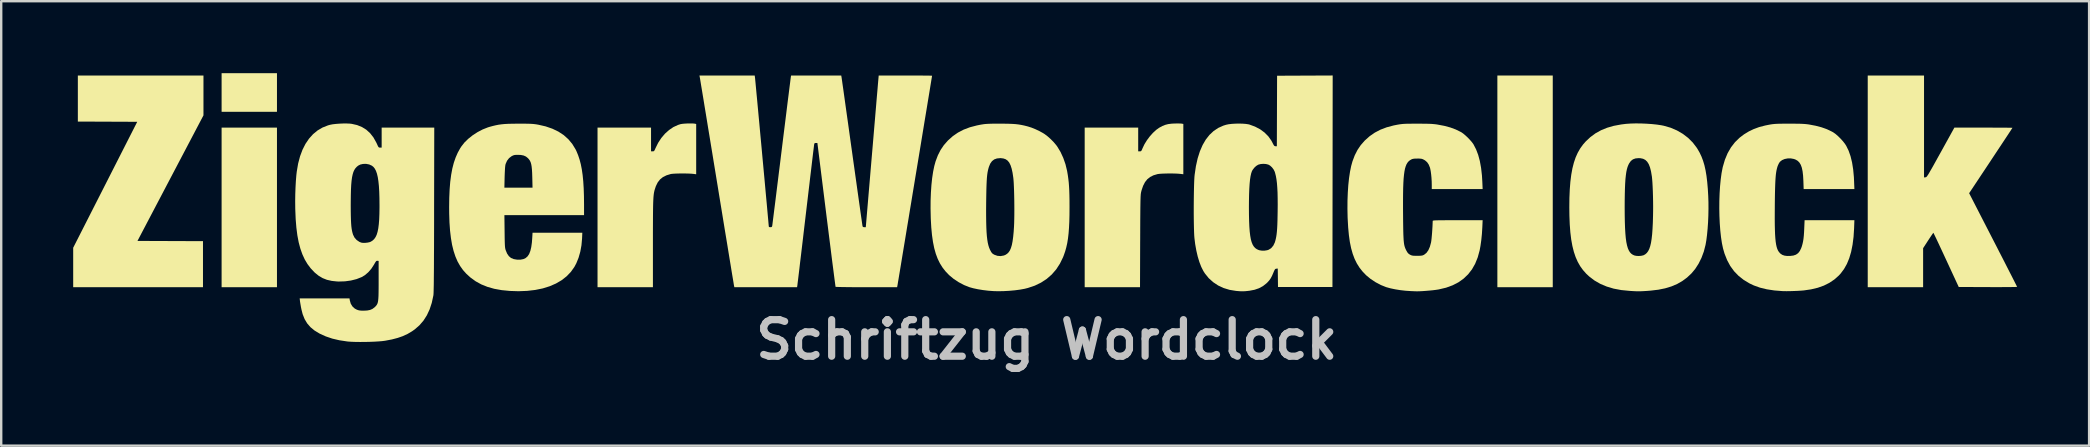
<source format=kicad_pcb>
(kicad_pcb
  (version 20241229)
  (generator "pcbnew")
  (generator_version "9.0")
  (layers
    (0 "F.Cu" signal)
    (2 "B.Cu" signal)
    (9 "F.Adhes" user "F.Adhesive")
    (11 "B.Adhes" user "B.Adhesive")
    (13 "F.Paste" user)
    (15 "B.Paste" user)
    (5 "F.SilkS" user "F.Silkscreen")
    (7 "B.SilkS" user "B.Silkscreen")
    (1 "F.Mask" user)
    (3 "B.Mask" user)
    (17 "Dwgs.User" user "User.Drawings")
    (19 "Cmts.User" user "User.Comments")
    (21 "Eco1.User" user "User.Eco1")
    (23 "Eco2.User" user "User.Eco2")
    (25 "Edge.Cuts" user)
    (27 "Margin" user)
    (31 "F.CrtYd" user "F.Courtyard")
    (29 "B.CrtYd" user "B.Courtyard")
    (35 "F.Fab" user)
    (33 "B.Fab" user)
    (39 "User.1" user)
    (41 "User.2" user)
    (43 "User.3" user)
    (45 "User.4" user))
  (footprint "Schriftzug Wordclock"
    (layer "F.Cu")
    (at 40.756 5.39)
    (property "Reference" "Schriftzug Wordclock" (at -0.186 5.715 0) (layer "Dwgs.User") (effects (font (size 1.524 1.524) (thickness 0.3))))
    (attr board_only exclude_from_pos_files exclude_from_bom)
    (fp_poly (pts (xy -32.264 -3.781) (xy -34.571 -3.781) (xy -34.571 -5.39) (xy -32.264 -5.39)) (stroke (width 0) (type solid)) (fill yes) (layer "F.SilkS"))
    (fp_poly (pts (xy -32.264 3.529) (xy -34.571 3.529) (xy -34.571 -3.122) (xy -32.264 -3.122)) (stroke (width 0) (type solid)) (fill yes) (layer "F.SilkS"))
    (fp_poly (pts (xy 20.902 3.529) (xy 18.594 3.529) (xy 18.594 -5.293) (xy 20.902 -5.293)) (stroke (width 0) (type solid)) (fill yes) (layer "F.SilkS"))
    (fp_poly (pts (xy -35.327 -3.633) (xy -36.702 -1.017) (xy -38.077 1.6) (xy -36.712 1.605) (xy -35.347 1.61) (xy -35.347 3.529) (xy -40.756 3.529) (xy -40.756 1.884) (xy -38.087 -3.364) (xy -39.325 -3.369) (xy -40.562 -3.374) (xy -40.562 -5.293) (xy -35.327 -5.293)) (stroke (width 0) (type solid)) (fill yes) (layer "F.SilkS"))
    (fp_poly (pts (xy -14.976 -3.296) (xy -14.893 -3.292) (xy -14.838 -3.284) (xy -14.794 -3.272) (xy -14.794 -1.178) (xy -14.925 -1.195) (xy -15.004 -1.202) (xy -15.109 -1.207) (xy -15.23 -1.21) (xy -15.36 -1.211) (xy -15.491 -1.21) (xy -15.614 -1.207) (xy -15.722 -1.202) (xy -15.806 -1.195) (xy -15.853 -1.188) (xy -16.031 -1.134) (xy -16.18 -1.06) (xy -16.301 -0.962) (xy -16.398 -0.837) (xy -16.474 -0.683) (xy -16.529 -0.514) (xy -16.54 -0.468) (xy -16.55 -0.42) (xy -16.559 -0.367) (xy -16.566 -0.308) (xy -16.573 -0.238) (xy -16.578 -0.156) (xy -16.583 -0.06) (xy -16.587 0.054) (xy -16.59 0.188) (xy -16.592 0.344) (xy -16.594 0.524) (xy -16.595 0.732) (xy -16.596 0.97) (xy -16.597 1.241) (xy -16.597 1.546) (xy -16.597 1.73) (xy -16.597 3.529) (xy -18.905 3.529) (xy -18.905 -3.122) (xy -16.675 -3.122) (xy -16.675 -2.133) (xy -16.61 -2.133) (xy -16.575 -2.135) (xy -16.551 -2.147) (xy -16.53 -2.176) (xy -16.504 -2.23) (xy -16.49 -2.264) (xy -16.38 -2.487) (xy -16.247 -2.69) (xy -16.094 -2.87) (xy -15.925 -3.022) (xy -15.743 -3.145) (xy -15.552 -3.233) (xy -15.444 -3.267) (xy -15.379 -3.278) (xy -15.289 -3.287) (xy -15.185 -3.293) (xy -15.077 -3.296)) (stroke (width 0) (type solid)) (fill yes) (layer "F.SilkS"))
    (fp_poly (pts (xy 5.391 -3.292) (xy 5.438 -3.288) (xy 5.438 -3.288) (xy 5.507 -3.275) (xy 5.507 -1.179) (xy 5.366 -1.195) (xy 5.274 -1.203) (xy 5.158 -1.208) (xy 5.028 -1.211) (xy 4.891 -1.211) (xy 4.757 -1.208) (xy 4.633 -1.204) (xy 4.528 -1.197) (xy 4.45 -1.188) (xy 4.43 -1.184) (xy 4.264 -1.135) (xy 4.123 -1.065) (xy 4.006 -0.971) (xy 3.91 -0.85) (xy 3.832 -0.7) (xy 3.769 -0.517) (xy 3.748 -0.436) (xy 3.743 -0.411) (xy 3.738 -0.38) (xy 3.733 -0.343) (xy 3.73 -0.295) (xy 3.726 -0.236) (xy 3.724 -0.162) (xy 3.721 -0.072) (xy 3.719 0.038) (xy 3.717 0.169) (xy 3.715 0.324) (xy 3.714 0.506) (xy 3.712 0.716) (xy 3.711 0.957) (xy 3.71 1.232) (xy 3.709 1.543) (xy 3.708 1.614) (xy 3.702 3.529) (xy 1.396 3.529) (xy 1.396 -3.122) (xy 3.626 -3.122) (xy 3.626 -2.133) (xy 3.691 -2.133) (xy 3.724 -2.135) (xy 3.748 -2.146) (xy 3.769 -2.174) (xy 3.793 -2.227) (xy 3.811 -2.27) (xy 3.888 -2.431) (xy 3.99 -2.596) (xy 4.108 -2.754) (xy 4.238 -2.9) (xy 4.371 -3.024) (xy 4.503 -3.118) (xy 4.505 -3.119) (xy 4.632 -3.188) (xy 4.75 -3.236) (xy 4.874 -3.268) (xy 5.014 -3.286) (xy 5.123 -3.292) (xy 5.224 -3.294) (xy 5.317 -3.294)) (stroke (width 0) (type solid)) (fill yes) (layer "F.SilkS"))
    (fp_poly (pts (xy 36.374 -1.045) (xy 36.435 -1.051) (xy 36.448 -1.053) (xy 36.461 -1.059) (xy 36.476 -1.07) (xy 36.495 -1.09) (xy 36.517 -1.122) (xy 36.547 -1.166) (xy 36.584 -1.227) (xy 36.63 -1.307) (xy 36.688 -1.407) (xy 36.758 -1.531) (xy 36.842 -1.682) (xy 36.941 -1.861) (xy 37.058 -2.071) (xy 37.068 -2.089) (xy 37.639 -3.122) (xy 38.849 -3.122) (xy 39.061 -3.122) (xy 39.262 -3.121) (xy 39.448 -3.121) (xy 39.615 -3.12) (xy 39.76 -3.119) (xy 39.88 -3.118) (xy 39.972 -3.117) (xy 40.032 -3.115) (xy 40.058 -3.114) (xy 40.058 -3.113) (xy 40.048 -3.096) (xy 40.017 -3.05) (xy 39.969 -2.975) (xy 39.903 -2.875) (xy 39.823 -2.753) (xy 39.728 -2.61) (xy 39.622 -2.449) (xy 39.505 -2.273) (xy 39.379 -2.083) (xy 39.246 -1.882) (xy 39.156 -1.746) (xy 38.254 -0.388) (xy 39.253 1.555) (xy 39.385 1.811) (xy 39.511 2.058) (xy 39.632 2.292) (xy 39.745 2.513) (xy 39.849 2.718) (xy 39.944 2.904) (xy 40.029 3.069) (xy 40.101 3.212) (xy 40.161 3.33) (xy 40.207 3.42) (xy 40.237 3.481) (xy 40.251 3.511) (xy 40.252 3.514) (xy 40.233 3.516) (xy 40.179 3.519) (xy 40.092 3.521) (xy 39.977 3.522) (xy 39.836 3.524) (xy 39.672 3.524) (xy 39.49 3.525) (xy 39.291 3.525) (xy 39.08 3.524) (xy 39.036 3.524) (xy 37.82 3.519) (xy 37.297 2.39) (xy 37.206 2.194) (xy 37.12 2.009) (xy 37.04 1.838) (xy 36.968 1.683) (xy 36.904 1.548) (xy 36.85 1.435) (xy 36.808 1.348) (xy 36.779 1.29) (xy 36.765 1.263) (xy 36.763 1.261) (xy 36.75 1.277) (xy 36.719 1.32) (xy 36.674 1.386) (xy 36.618 1.47) (xy 36.554 1.567) (xy 36.544 1.582) (xy 36.336 1.903) (xy 36.336 3.529) (xy 34.028 3.529) (xy 34.028 -5.293) (xy 36.374 -5.293)) (stroke (width 0) (type solid)) (fill yes) (layer "F.SilkS"))
    (fp_poly (pts (xy -22.018 -3.286) (xy -21.877 -3.285) (xy -21.763 -3.283) (xy -21.67 -3.279) (xy -21.591 -3.274) (xy -21.52 -3.266) (xy -21.452 -3.257) (xy -21.38 -3.244) (xy -21.377 -3.244) (xy -21.067 -3.173) (xy -20.786 -3.076) (xy -20.535 -2.955) (xy -20.313 -2.809) (xy -20.121 -2.637) (xy -19.957 -2.44) (xy -19.821 -2.217) (xy -19.785 -2.144) (xy -19.715 -1.974) (xy -19.654 -1.793) (xy -19.602 -1.596) (xy -19.56 -1.381) (xy -19.526 -1.145) (xy -19.5 -0.883) (xy -19.482 -0.593) (xy -19.471 -0.272) (xy -19.467 0.083) (xy -19.467 0.131) (xy -19.467 0.524) (xy -22.786 0.524) (xy -22.778 1.197) (xy -22.776 1.379) (xy -22.774 1.527) (xy -22.771 1.645) (xy -22.768 1.738) (xy -22.764 1.81) (xy -22.759 1.866) (xy -22.752 1.911) (xy -22.744 1.948) (xy -22.733 1.982) (xy -22.731 1.989) (xy -22.673 2.129) (xy -22.6 2.235) (xy -22.511 2.31) (xy -22.399 2.357) (xy -22.262 2.38) (xy -22.249 2.38) (xy -22.113 2.38) (xy -21.997 2.358) (xy -21.9 2.313) (xy -21.82 2.243) (xy -21.755 2.145) (xy -21.705 2.017) (xy -21.667 1.858) (xy -21.64 1.664) (xy -21.626 1.478) (xy -21.613 1.26) (xy -19.539 1.26) (xy -19.55 1.508) (xy -19.575 1.784) (xy -19.624 2.051) (xy -19.696 2.303) (xy -19.789 2.532) (xy -19.869 2.682) (xy -20.016 2.89) (xy -20.194 3.075) (xy -20.401 3.237) (xy -20.637 3.375) (xy -20.9 3.489) (xy -21.188 3.579) (xy -21.502 3.643) (xy -21.84 3.682) (xy -22.201 3.696) (xy -22.559 3.684) (xy -22.899 3.651) (xy -23.209 3.595) (xy -23.492 3.515) (xy -23.75 3.411) (xy -23.986 3.281) (xy -24.202 3.124) (xy -24.373 2.968) (xy -24.51 2.815) (xy -24.631 2.645) (xy -24.737 2.458) (xy -24.827 2.25) (xy -24.903 2.02) (xy -24.966 1.765) (xy -25.014 1.483) (xy -25.051 1.172) (xy -25.075 0.83) (xy -25.087 0.454) (xy -25.089 0.194) (xy -25.084 -0.193) (xy -25.069 -0.544) (xy -25.063 -0.62) (xy -22.787 -0.62) (xy -21.614 -0.62) (xy -21.624 -1.052) (xy -21.63 -1.235) (xy -21.639 -1.385) (xy -21.652 -1.506) (xy -21.67 -1.604) (xy -21.694 -1.683) (xy -21.726 -1.749) (xy -21.767 -1.806) (xy -21.806 -1.85) (xy -21.888 -1.916) (xy -21.983 -1.959) (xy -22.1 -1.982) (xy -22.21 -1.987) (xy -22.298 -1.986) (xy -22.359 -1.981) (xy -22.408 -1.968) (xy -22.457 -1.946) (xy -22.492 -1.927) (xy -22.593 -1.849) (xy -22.676 -1.741) (xy -22.733 -1.612) (xy -22.744 -1.573) (xy -22.751 -1.527) (xy -22.759 -1.45) (xy -22.765 -1.348) (xy -22.771 -1.228) (xy -22.776 -1.099) (xy -22.777 -1.052) (xy -22.787 -0.62) (xy -25.063 -0.62) (xy -25.043 -0.864) (xy -25.005 -1.154) (xy -24.956 -1.418) (xy -24.894 -1.658) (xy -24.818 -1.877) (xy -24.73 -2.078) (xy -24.627 -2.264) (xy -24.58 -2.336) (xy -24.452 -2.5) (xy -24.291 -2.657) (xy -24.106 -2.804) (xy -23.904 -2.935) (xy -23.691 -3.046) (xy -23.474 -3.132) (xy -23.413 -3.151) (xy -23.277 -3.188) (xy -23.153 -3.218) (xy -23.032 -3.242) (xy -22.908 -3.259) (xy -22.774 -3.272) (xy -22.623 -3.28) (xy -22.449 -3.284) (xy -22.245 -3.286) (xy -22.191 -3.286)) (stroke (width 0) (type solid)) (fill yes) (layer "F.SilkS"))
    (fp_poly (pts (xy 11.726 -0.887) (xy 11.721 3.519) (xy 9.452 3.519) (xy 9.447 3.135) (xy 9.442 2.751) (xy 9.383 2.757) (xy 9.353 2.763) (xy 9.33 2.779) (xy 9.309 2.812) (xy 9.282 2.869) (xy 9.262 2.918) (xy 9.206 3.049) (xy 9.152 3.152) (xy 9.092 3.239) (xy 9.021 3.319) (xy 8.973 3.366) (xy 8.826 3.482) (xy 8.662 3.571) (xy 8.477 3.635) (xy 8.264 3.676) (xy 8.202 3.683) (xy 8.095 3.694) (xy 8.007 3.699) (xy 7.924 3.699) (xy 7.832 3.694) (xy 7.717 3.684) (xy 7.702 3.683) (xy 7.435 3.639) (xy 7.185 3.563) (xy 6.956 3.456) (xy 6.749 3.318) (xy 6.565 3.152) (xy 6.407 2.957) (xy 6.342 2.855) (xy 6.256 2.685) (xy 6.177 2.483) (xy 6.107 2.252) (xy 6.048 1.999) (xy 6 1.728) (xy 5.969 1.474) (xy 5.961 1.372) (xy 5.955 1.238) (xy 5.95 1.077) (xy 5.946 0.893) (xy 5.943 0.691) (xy 5.941 0.478) (xy 5.941 0.257) (xy 5.941 0.194) (xy 8.24 0.194) (xy 8.242 0.5) (xy 8.248 0.769) (xy 8.258 1.004) (xy 8.273 1.208) (xy 8.294 1.382) (xy 8.32 1.53) (xy 8.354 1.652) (xy 8.395 1.753) (xy 8.444 1.833) (xy 8.501 1.896) (xy 8.567 1.943) (xy 8.643 1.978) (xy 8.681 1.99) (xy 8.781 2.006) (xy 8.893 2.005) (xy 8.999 1.989) (xy 9.068 1.965) (xy 9.173 1.895) (xy 9.257 1.795) (xy 9.32 1.663) (xy 9.339 1.6) (xy 9.361 1.513) (xy 9.379 1.422) (xy 9.394 1.324) (xy 9.406 1.213) (xy 9.416 1.085) (xy 9.424 0.935) (xy 9.43 0.759) (xy 9.434 0.552) (xy 9.437 0.393) (xy 9.44 0.088) (xy 9.438 -0.182) (xy 9.433 -0.419) (xy 9.422 -0.627) (xy 9.408 -0.809) (xy 9.388 -0.968) (xy 9.363 -1.107) (xy 9.332 -1.229) (xy 9.316 -1.283) (xy 9.27 -1.376) (xy 9.202 -1.466) (xy 9.122 -1.539) (xy 9.05 -1.58) (xy 8.952 -1.605) (xy 8.838 -1.613) (xy 8.725 -1.603) (xy 8.629 -1.577) (xy 8.625 -1.575) (xy 8.54 -1.522) (xy 8.458 -1.444) (xy 8.391 -1.354) (xy 8.365 -1.304) (xy 8.334 -1.213) (xy 8.308 -1.097) (xy 8.286 -0.953) (xy 8.269 -0.781) (xy 8.256 -0.577) (xy 8.247 -0.34) (xy 8.242 -0.068) (xy 8.24 0.194) (xy 5.941 0.194) (xy 5.942 0.034) (xy 5.944 -0.186) (xy 5.947 -0.397) (xy 5.951 -0.596) (xy 5.956 -0.776) (xy 5.962 -0.932) (xy 5.969 -1.06) (xy 5.978 -1.154) (xy 6.031 -1.514) (xy 6.104 -1.841) (xy 6.197 -2.134) (xy 6.31 -2.395) (xy 6.442 -2.622) (xy 6.595 -2.817) (xy 6.768 -2.979) (xy 6.96 -3.108) (xy 7.173 -3.204) (xy 7.291 -3.241) (xy 7.398 -3.263) (xy 7.53 -3.278) (xy 7.677 -3.287) (xy 7.83 -3.29) (xy 7.979 -3.286) (xy 8.113 -3.276) (xy 8.223 -3.259) (xy 8.26 -3.25) (xy 8.494 -3.164) (xy 8.706 -3.053) (xy 8.891 -2.917) (xy 9.049 -2.758) (xy 9.175 -2.58) (xy 9.215 -2.506) (xy 9.253 -2.43) (xy 9.282 -2.383) (xy 9.305 -2.357) (xy 9.33 -2.347) (xy 9.349 -2.346) (xy 9.404 -2.346) (xy 9.409 -3.815) (xy 9.414 -5.284) (xy 10.572 -5.289) (xy 11.731 -5.294)) (stroke (width 0) (type solid)) (fill yes) (layer "F.SilkS"))
    (fp_poly (pts (xy 24.577 -3.295) (xy 24.806 -3.285) (xy 25.031 -3.27) (xy 25.241 -3.248) (xy 25.427 -3.22) (xy 25.526 -3.2) (xy 25.809 -3.119) (xy 26.074 -3.006) (xy 26.319 -2.864) (xy 26.541 -2.695) (xy 26.737 -2.5) (xy 26.903 -2.282) (xy 26.929 -2.241) (xy 27.02 -2.084) (xy 27.098 -1.92) (xy 27.165 -1.744) (xy 27.222 -1.554) (xy 27.269 -1.345) (xy 27.308 -1.113) (xy 27.339 -0.854) (xy 27.364 -0.565) (xy 27.381 -0.276) (xy 27.39 -0.012) (xy 27.391 0.265) (xy 27.386 0.547) (xy 27.374 0.826) (xy 27.355 1.095) (xy 27.331 1.347) (xy 27.302 1.575) (xy 27.269 1.764) (xy 27.198 2.041) (xy 27.1 2.305) (xy 26.978 2.55) (xy 26.836 2.77) (xy 26.682 2.954) (xy 26.498 3.126) (xy 26.299 3.273) (xy 26.083 3.396) (xy 25.847 3.496) (xy 25.587 3.575) (xy 25.301 3.633) (xy 24.984 3.671) (xy 24.818 3.684) (xy 24.699 3.691) (xy 24.606 3.696) (xy 24.53 3.699) (xy 24.461 3.699) (xy 24.39 3.698) (xy 24.305 3.694) (xy 24.199 3.688) (xy 24.106 3.682) (xy 23.759 3.648) (xy 23.44 3.588) (xy 23.149 3.501) (xy 22.882 3.388) (xy 22.639 3.248) (xy 22.419 3.08) (xy 22.295 2.964) (xy 22.163 2.815) (xy 22.045 2.652) (xy 21.943 2.472) (xy 21.855 2.273) (xy 21.781 2.053) (xy 21.72 1.809) (xy 21.671 1.539) (xy 21.635 1.241) (xy 21.61 0.912) (xy 21.596 0.55) (xy 21.592 0.204) (xy 21.592 0.194) (xy 23.899 0.194) (xy 23.901 0.52) (xy 23.906 0.81) (xy 23.915 1.065) (xy 23.928 1.288) (xy 23.945 1.482) (xy 23.968 1.647) (xy 23.997 1.787) (xy 24.031 1.903) (xy 24.072 1.998) (xy 24.119 2.074) (xy 24.174 2.132) (xy 24.237 2.176) (xy 24.305 2.206) (xy 24.385 2.223) (xy 24.484 2.228) (xy 24.584 2.221) (xy 24.669 2.202) (xy 24.692 2.194) (xy 24.763 2.153) (xy 24.824 2.098) (xy 24.878 2.025) (xy 24.924 1.933) (xy 24.963 1.819) (xy 24.996 1.681) (xy 25.022 1.516) (xy 25.044 1.322) (xy 25.06 1.096) (xy 25.073 0.837) (xy 25.081 0.543) (xy 25.084 0.354) (xy 25.085 0.153) (xy 25.083 -0.054) (xy 25.079 -0.261) (xy 25.073 -0.462) (xy 25.065 -0.651) (xy 25.056 -0.821) (xy 25.045 -0.965) (xy 25.034 -1.078) (xy 25.031 -1.095) (xy 24.997 -1.299) (xy 24.954 -1.467) (xy 24.901 -1.601) (xy 24.836 -1.703) (xy 24.758 -1.777) (xy 24.665 -1.824) (xy 24.554 -1.847) (xy 24.479 -1.85) (xy 24.349 -1.838) (xy 24.243 -1.799) (xy 24.157 -1.732) (xy 24.086 -1.632) (xy 24.052 -1.565) (xy 24.019 -1.482) (xy 23.991 -1.384) (xy 23.967 -1.269) (xy 23.948 -1.133) (xy 23.931 -0.974) (xy 23.919 -0.789) (xy 23.91 -0.576) (xy 23.904 -0.331) (xy 23.9 -0.053) (xy 23.899 0.194) (xy 21.592 0.194) (xy 21.596 -0.187) (xy 21.611 -0.543) (xy 21.636 -0.865) (xy 21.673 -1.158) (xy 21.721 -1.423) (xy 21.782 -1.662) (xy 21.855 -1.878) (xy 21.943 -2.074) (xy 22.045 -2.252) (xy 22.161 -2.414) (xy 22.277 -2.546) (xy 22.472 -2.729) (xy 22.683 -2.884) (xy 22.914 -3.012) (xy 23.167 -3.116) (xy 23.446 -3.196) (xy 23.752 -3.253) (xy 23.953 -3.278) (xy 24.141 -3.291) (xy 24.352 -3.297)) (stroke (width 0) (type solid)) (fill yes) (layer "F.SilkS"))
    (fp_poly (pts (xy 30.948 -3.286) (xy 31.102 -3.284) (xy 31.228 -3.282) (xy 31.333 -3.277) (xy 31.422 -3.271) (xy 31.501 -3.263) (xy 31.576 -3.253) (xy 31.581 -3.252) (xy 31.861 -3.199) (xy 32.11 -3.133) (xy 32.332 -3.053) (xy 32.534 -2.956) (xy 32.59 -2.925) (xy 32.684 -2.859) (xy 32.788 -2.769) (xy 32.895 -2.664) (xy 32.996 -2.552) (xy 33.081 -2.443) (xy 33.134 -2.36) (xy 33.232 -2.158) (xy 33.312 -1.929) (xy 33.375 -1.671) (xy 33.421 -1.382) (xy 33.451 -1.061) (xy 33.459 -0.887) (xy 33.472 -0.562) (xy 31.358 -0.562) (xy 31.346 -0.906) (xy 31.334 -1.121) (xy 31.313 -1.301) (xy 31.282 -1.45) (xy 31.239 -1.569) (xy 31.183 -1.663) (xy 31.113 -1.735) (xy 31.027 -1.787) (xy 30.953 -1.815) (xy 30.823 -1.839) (xy 30.692 -1.838) (xy 30.567 -1.814) (xy 30.458 -1.768) (xy 30.374 -1.702) (xy 30.363 -1.69) (xy 30.326 -1.633) (xy 30.289 -1.556) (xy 30.265 -1.493) (xy 30.245 -1.421) (xy 30.227 -1.344) (xy 30.212 -1.258) (xy 30.199 -1.161) (xy 30.189 -1.048) (xy 30.18 -0.917) (xy 30.173 -0.763) (xy 30.167 -0.584) (xy 30.162 -0.376) (xy 30.158 -0.135) (xy 30.156 0.071) (xy 30.154 0.39) (xy 30.153 0.674) (xy 30.155 0.923) (xy 30.16 1.141) (xy 30.167 1.33) (xy 30.178 1.493) (xy 30.192 1.632) (xy 30.21 1.75) (xy 30.232 1.849) (xy 30.258 1.931) (xy 30.289 2) (xy 30.325 2.057) (xy 30.366 2.105) (xy 30.391 2.129) (xy 30.466 2.18) (xy 30.556 2.212) (xy 30.667 2.227) (xy 30.791 2.226) (xy 30.927 2.21) (xy 31.037 2.173) (xy 31.125 2.111) (xy 31.197 2.021) (xy 31.256 1.899) (xy 31.283 1.822) (xy 31.31 1.727) (xy 31.332 1.628) (xy 31.35 1.518) (xy 31.364 1.389) (xy 31.375 1.236) (xy 31.383 1.062) (xy 31.397 0.737) (xy 33.472 0.737) (xy 33.46 1.071) (xy 33.437 1.432) (xy 33.395 1.76) (xy 33.336 2.056) (xy 33.257 2.322) (xy 33.159 2.56) (xy 33.04 2.771) (xy 32.902 2.956) (xy 32.823 3.042) (xy 32.636 3.208) (xy 32.429 3.347) (xy 32.199 3.462) (xy 31.945 3.552) (xy 31.663 3.619) (xy 31.362 3.663) (xy 31.248 3.672) (xy 31.109 3.681) (xy 30.955 3.687) (xy 30.799 3.692) (xy 30.653 3.694) (xy 30.528 3.693) (xy 30.48 3.691) (xy 30.136 3.664) (xy 29.822 3.616) (xy 29.538 3.547) (xy 29.281 3.455) (xy 29.11 3.375) (xy 28.863 3.227) (xy 28.647 3.057) (xy 28.46 2.864) (xy 28.3 2.645) (xy 28.168 2.4) (xy 28.06 2.127) (xy 27.998 1.913) (xy 27.952 1.695) (xy 27.914 1.445) (xy 27.884 1.169) (xy 27.862 0.874) (xy 27.848 0.566) (xy 27.842 0.25) (xy 27.844 -0.066) (xy 27.855 -0.378) (xy 27.874 -0.678) (xy 27.901 -0.96) (xy 27.936 -1.22) (xy 27.98 -1.449) (xy 27.988 -1.484) (xy 28.076 -1.784) (xy 28.189 -2.055) (xy 28.329 -2.298) (xy 28.496 -2.514) (xy 28.69 -2.703) (xy 28.872 -2.841) (xy 29.074 -2.964) (xy 29.283 -3.064) (xy 29.505 -3.145) (xy 29.752 -3.209) (xy 29.914 -3.242) (xy 29.988 -3.255) (xy 30.057 -3.265) (xy 30.126 -3.272) (xy 30.201 -3.278) (xy 30.289 -3.282) (xy 30.395 -3.284) (xy 30.526 -3.286) (xy 30.687 -3.286) (xy 30.761 -3.286)) (stroke (width 0) (type solid)) (fill yes) (layer "F.SilkS"))
    (fp_poly (pts (xy -1.928 -3.285) (xy -1.755 -3.282) (xy -1.607 -3.276) (xy -1.477 -3.267) (xy -1.359 -3.253) (xy -1.246 -3.234) (xy -1.13 -3.21) (xy -1.006 -3.179) (xy -0.966 -3.168) (xy -0.818 -3.121) (xy -0.655 -3.055) (xy -0.491 -2.977) (xy -0.341 -2.895) (xy -0.269 -2.849) (xy -0.148 -2.757) (xy -0.02 -2.643) (xy 0.103 -2.518) (xy 0.209 -2.393) (xy 0.253 -2.333) (xy 0.388 -2.11) (xy 0.503 -1.861) (xy 0.596 -1.595) (xy 0.662 -1.321) (xy 0.669 -1.283) (xy 0.695 -1.129) (xy 0.715 -0.981) (xy 0.732 -0.831) (xy 0.744 -0.673) (xy 0.753 -0.503) (xy 0.759 -0.313) (xy 0.763 -0.097) (xy 0.764 0.15) (xy 0.764 0.194) (xy 0.762 0.516) (xy 0.755 0.804) (xy 0.742 1.061) (xy 0.724 1.292) (xy 0.7 1.501) (xy 0.669 1.691) (xy 0.63 1.866) (xy 0.584 2.031) (xy 0.529 2.19) (xy 0.494 2.281) (xy 0.364 2.547) (xy 0.208 2.787) (xy 0.024 2.999) (xy -0.186 3.182) (xy -0.423 3.337) (xy -0.684 3.464) (xy -0.97 3.56) (xy -1.105 3.594) (xy -1.296 3.629) (xy -1.514 3.658) (xy -1.748 3.679) (xy -1.986 3.692) (xy -2.216 3.696) (xy -2.395 3.691) (xy -2.618 3.675) (xy -2.842 3.648) (xy -3.057 3.613) (xy -3.253 3.571) (xy -3.413 3.526) (xy -3.635 3.437) (xy -3.857 3.319) (xy -4.067 3.18) (xy -4.251 3.027) (xy -4.255 3.023) (xy -4.399 2.873) (xy -4.525 2.713) (xy -4.635 2.538) (xy -4.729 2.347) (xy -4.808 2.136) (xy -4.874 1.902) (xy -4.926 1.643) (xy -4.967 1.356) (xy -4.997 1.037) (xy -5.017 0.683) (xy -5.019 0.618) (xy -5.026 0.287) (xy -2.712 0.287) (xy -2.711 0.571) (xy -2.708 0.822) (xy -2.702 1.043) (xy -2.693 1.235) (xy -2.68 1.403) (xy -2.663 1.548) (xy -2.643 1.673) (xy -2.618 1.781) (xy -2.589 1.875) (xy -2.555 1.957) (xy -2.545 1.977) (xy -2.505 2.052) (xy -2.472 2.101) (xy -2.435 2.136) (xy -2.386 2.166) (xy -2.368 2.176) (xy -2.241 2.221) (xy -2.106 2.232) (xy -1.973 2.208) (xy -1.906 2.181) (xy -1.835 2.135) (xy -1.773 2.074) (xy -1.72 1.995) (xy -1.676 1.893) (xy -1.639 1.768) (xy -1.609 1.614) (xy -1.584 1.431) (xy -1.563 1.214) (xy -1.549 1) (xy -1.543 0.862) (xy -1.539 0.697) (xy -1.536 0.513) (xy -1.535 0.316) (xy -1.536 0.111) (xy -1.538 -0.096) (xy -1.542 -0.298) (xy -1.547 -0.491) (xy -1.554 -0.667) (xy -1.561 -0.821) (xy -1.57 -0.948) (xy -1.578 -1.028) (xy -1.609 -1.238) (xy -1.647 -1.412) (xy -1.693 -1.553) (xy -1.748 -1.664) (xy -1.815 -1.746) (xy -1.895 -1.803) (xy -1.99 -1.836) (xy -2.101 -1.85) (xy -2.123 -1.85) (xy -2.261 -1.837) (xy -2.375 -1.796) (xy -2.467 -1.724) (xy -2.541 -1.62) (xy -2.597 -1.482) (xy -2.598 -1.478) (xy -2.62 -1.401) (xy -2.639 -1.322) (xy -2.655 -1.236) (xy -2.668 -1.139) (xy -2.679 -1.027) (xy -2.687 -0.898) (xy -2.694 -0.746) (xy -2.7 -0.569) (xy -2.704 -0.361) (xy -2.708 -0.12) (xy -2.709 -0.034) (xy -2.712 0.287) (xy -5.026 0.287) (xy -5.027 0.263) (xy -5.025 -0.083) (xy -5.012 -0.414) (xy -4.991 -0.728) (xy -4.96 -1.019) (xy -4.92 -1.284) (xy -4.872 -1.519) (xy -4.817 -1.717) (xy -4.722 -1.968) (xy -4.609 -2.19) (xy -4.473 -2.391) (xy -4.31 -2.577) (xy -4.296 -2.591) (xy -4.1 -2.766) (xy -3.886 -2.914) (xy -3.65 -3.037) (xy -3.389 -3.136) (xy -3.099 -3.212) (xy -2.957 -3.241) (xy -2.879 -3.254) (xy -2.808 -3.265) (xy -2.736 -3.273) (xy -2.659 -3.278) (xy -2.569 -3.282) (xy -2.46 -3.285) (xy -2.327 -3.286) (xy -2.161 -3.286) (xy -2.133 -3.286)) (stroke (width 0) (type solid)) (fill yes) (layer "F.SilkS"))
    (fp_poly (pts (xy 15.455 -3.285) (xy 15.609 -3.284) (xy 15.735 -3.281) (xy 15.84 -3.277) (xy 15.929 -3.27) (xy 16.008 -3.262) (xy 16.084 -3.252) (xy 16.093 -3.25) (xy 16.379 -3.196) (xy 16.633 -3.128) (xy 16.86 -3.044) (xy 17.065 -2.943) (xy 17.098 -2.925) (xy 17.176 -2.87) (xy 17.267 -2.793) (xy 17.364 -2.702) (xy 17.456 -2.605) (xy 17.537 -2.511) (xy 17.596 -2.429) (xy 17.602 -2.419) (xy 17.707 -2.215) (xy 17.794 -1.986) (xy 17.863 -1.73) (xy 17.915 -1.445) (xy 17.951 -1.129) (xy 17.967 -0.868) (xy 17.98 -0.562) (xy 15.86 -0.562) (xy 15.86 -0.732) (xy 15.857 -0.88) (xy 15.848 -1.032) (xy 15.834 -1.178) (xy 15.816 -1.308) (xy 15.795 -1.414) (xy 15.785 -1.454) (xy 15.733 -1.582) (xy 15.667 -1.68) (xy 15.58 -1.755) (xy 15.545 -1.776) (xy 15.493 -1.803) (xy 15.446 -1.82) (xy 15.393 -1.828) (xy 15.322 -1.832) (xy 15.259 -1.832) (xy 15.164 -1.831) (xy 15.097 -1.824) (xy 15.045 -1.812) (xy 14.999 -1.791) (xy 14.998 -1.79) (xy 14.941 -1.755) (xy 14.89 -1.711) (xy 14.846 -1.658) (xy 14.807 -1.592) (xy 14.774 -1.511) (xy 14.745 -1.414) (xy 14.722 -1.297) (xy 14.703 -1.159) (xy 14.687 -0.998) (xy 14.676 -0.811) (xy 14.668 -0.595) (xy 14.664 -0.35) (xy 14.662 -0.072) (xy 14.662 0.241) (xy 14.664 0.514) (xy 14.666 0.766) (xy 14.669 0.983) (xy 14.672 1.168) (xy 14.676 1.325) (xy 14.682 1.456) (xy 14.688 1.565) (xy 14.697 1.656) (xy 14.707 1.732) (xy 14.72 1.796) (xy 14.736 1.852) (xy 14.754 1.903) (xy 14.776 1.952) (xy 14.798 1.997) (xy 14.841 2.073) (xy 14.883 2.124) (xy 14.935 2.163) (xy 14.949 2.171) (xy 14.992 2.193) (xy 15.034 2.207) (xy 15.083 2.216) (xy 15.152 2.219) (xy 15.249 2.22) (xy 15.25 2.22) (xy 15.347 2.219) (xy 15.416 2.215) (xy 15.466 2.207) (xy 15.506 2.193) (xy 15.545 2.173) (xy 15.639 2.098) (xy 15.717 1.989) (xy 15.78 1.846) (xy 15.829 1.668) (xy 15.831 1.658) (xy 15.841 1.594) (xy 15.852 1.499) (xy 15.863 1.382) (xy 15.874 1.251) (xy 15.883 1.114) (xy 15.891 0.98) (xy 15.896 0.855) (xy 15.899 0.771) (xy 15.901 0.763) (xy 15.908 0.757) (xy 15.925 0.752) (xy 15.953 0.748) (xy 15.996 0.744) (xy 16.056 0.742) (xy 16.138 0.74) (xy 16.243 0.738) (xy 16.376 0.738) (xy 16.538 0.737) (xy 16.733 0.737) (xy 16.94 0.737) (xy 17.98 0.737) (xy 17.967 1.034) (xy 17.95 1.304) (xy 17.924 1.565) (xy 17.89 1.807) (xy 17.855 1.995) (xy 17.775 2.286) (xy 17.669 2.549) (xy 17.536 2.784) (xy 17.375 2.991) (xy 17.187 3.171) (xy 16.972 3.324) (xy 16.729 3.449) (xy 16.459 3.548) (xy 16.16 3.619) (xy 16.116 3.627) (xy 16.014 3.642) (xy 15.889 3.657) (xy 15.75 3.67) (xy 15.606 3.682) (xy 15.468 3.692) (xy 15.343 3.698) (xy 15.243 3.7) (xy 15.201 3.699) (xy 15.135 3.697) (xy 15.05 3.693) (xy 14.978 3.69) (xy 14.766 3.676) (xy 14.549 3.651) (xy 14.338 3.617) (xy 14.142 3.576) (xy 13.974 3.53) (xy 13.96 3.526) (xy 13.738 3.437) (xy 13.515 3.319) (xy 13.306 3.18) (xy 13.121 3.027) (xy 13.118 3.023) (xy 12.974 2.873) (xy 12.848 2.713) (xy 12.738 2.538) (xy 12.644 2.347) (xy 12.565 2.136) (xy 12.499 1.902) (xy 12.446 1.643) (xy 12.406 1.356) (xy 12.376 1.037) (xy 12.356 0.683) (xy 12.353 0.618) (xy 12.346 0.263) (xy 12.348 -0.083) (xy 12.361 -0.414) (xy 12.382 -0.728) (xy 12.413 -1.019) (xy 12.453 -1.284) (xy 12.501 -1.519) (xy 12.556 -1.717) (xy 12.651 -1.968) (xy 12.764 -2.19) (xy 12.9 -2.391) (xy 13.063 -2.577) (xy 13.077 -2.591) (xy 13.272 -2.765) (xy 13.486 -2.913) (xy 13.722 -3.036) (xy 13.982 -3.135) (xy 14.271 -3.212) (xy 14.416 -3.241) (xy 14.491 -3.254) (xy 14.56 -3.264) (xy 14.629 -3.272) (xy 14.703 -3.278) (xy 14.788 -3.282) (xy 14.891 -3.284) (xy 15.018 -3.285) (xy 15.174 -3.286) (xy 15.269 -3.286)) (stroke (width 0) (type solid)) (fill yes) (layer "F.SilkS"))
    (fp_poly (pts (xy -29.225 -3.288) (xy -29.149 -3.279) (xy -28.924 -3.228) (xy -28.722 -3.146) (xy -28.542 -3.035) (xy -28.384 -2.891) (xy -28.246 -2.716) (xy -28.128 -2.506) (xy -28.094 -2.435) (xy -28.062 -2.363) (xy -28.038 -2.319) (xy -28.016 -2.297) (xy -27.991 -2.289) (xy -27.966 -2.288) (xy -27.901 -2.288) (xy -27.901 -3.122) (xy -25.709 -3.122) (xy -25.716 0.305) (xy -25.716 0.756) (xy -25.717 1.169) (xy -25.718 1.546) (xy -25.719 1.889) (xy -25.721 2.199) (xy -25.722 2.477) (xy -25.723 2.726) (xy -25.725 2.945) (xy -25.727 3.138) (xy -25.728 3.305) (xy -25.73 3.447) (xy -25.733 3.567) (xy -25.735 3.666) (xy -25.737 3.744) (xy -25.74 3.805) (xy -25.743 3.848) (xy -25.747 3.876) (xy -25.747 3.877) (xy -25.813 4.181) (xy -25.903 4.455) (xy -26.018 4.701) (xy -26.158 4.92) (xy -26.325 5.114) (xy -26.519 5.284) (xy -26.638 5.368) (xy -26.821 5.476) (xy -27.017 5.567) (xy -27.233 5.642) (xy -27.473 5.705) (xy -27.745 5.757) (xy -27.775 5.762) (xy -27.897 5.777) (xy -28.049 5.789) (xy -28.224 5.799) (xy -28.414 5.806) (xy -28.61 5.81) (xy -28.803 5.811) (xy -28.988 5.809) (xy -29.154 5.803) (xy -29.294 5.794) (xy -29.338 5.789) (xy -29.662 5.74) (xy -29.957 5.671) (xy -30.229 5.579) (xy -30.483 5.464) (xy -30.495 5.457) (xy -30.698 5.334) (xy -30.866 5.196) (xy -31.003 5.039) (xy -31.111 4.859) (xy -31.193 4.654) (xy -31.243 4.459) (xy -31.264 4.356) (xy -31.282 4.253) (xy -31.297 4.164) (xy -31.304 4.115) (xy -31.318 3.994) (xy -29.242 3.994) (xy -29.229 4.075) (xy -29.189 4.215) (xy -29.12 4.329) (xy -29.023 4.418) (xy -28.944 4.461) (xy -28.884 4.484) (xy -28.823 4.498) (xy -28.749 4.505) (xy -28.657 4.507) (xy -28.508 4.5) (xy -28.387 4.477) (xy -28.288 4.435) (xy -28.202 4.372) (xy -28.18 4.352) (xy -28.145 4.316) (xy -28.116 4.281) (xy -28.093 4.244) (xy -28.073 4.2) (xy -28.058 4.147) (xy -28.047 4.08) (xy -28.039 3.995) (xy -28.033 3.89) (xy -28.03 3.759) (xy -28.028 3.6) (xy -28.027 3.409) (xy -28.027 3.238) (xy -28.027 2.433) (xy -28.078 2.428) (xy -28.103 2.428) (xy -28.125 2.44) (xy -28.151 2.47) (xy -28.184 2.523) (xy -28.223 2.592) (xy -28.333 2.761) (xy -28.461 2.908) (xy -28.602 3.028) (xy -28.737 3.108) (xy -28.947 3.191) (xy -29.181 3.25) (xy -29.43 3.284) (xy -29.685 3.292) (xy -29.753 3.29) (xy -29.98 3.266) (xy -30.18 3.221) (xy -30.36 3.15) (xy -30.525 3.053) (xy -30.683 2.925) (xy -30.706 2.903) (xy -30.857 2.743) (xy -30.99 2.567) (xy -31.106 2.373) (xy -31.205 2.158) (xy -31.289 1.921) (xy -31.359 1.658) (xy -31.414 1.368) (xy -31.455 1.048) (xy -31.484 0.697) (xy -31.5 0.311) (xy -31.502 0.242) (xy -31.503 0.116) (xy -29.19 0.116) (xy -29.189 0.35) (xy -29.186 0.55) (xy -29.181 0.719) (xy -29.174 0.863) (xy -29.165 0.985) (xy -29.152 1.09) (xy -29.136 1.182) (xy -29.116 1.265) (xy -29.093 1.34) (xy -29.034 1.459) (xy -28.944 1.561) (xy -28.831 1.638) (xy -28.754 1.67) (xy -28.685 1.681) (xy -28.593 1.681) (xy -28.496 1.671) (xy -28.408 1.653) (xy -28.354 1.632) (xy -28.278 1.584) (xy -28.212 1.522) (xy -28.156 1.442) (xy -28.109 1.344) (xy -28.072 1.223) (xy -28.042 1.077) (xy -28.02 0.904) (xy -28.004 0.702) (xy -27.995 0.466) (xy -27.991 0.196) (xy -27.991 0.116) (xy -27.994 -0.187) (xy -28.002 -0.454) (xy -28.016 -0.687) (xy -28.037 -0.888) (xy -28.063 -1.059) (xy -28.097 -1.202) (xy -28.138 -1.319) (xy -28.187 -1.412) (xy -28.244 -1.484) (xy -28.309 -1.536) (xy -28.31 -1.536) (xy -28.422 -1.587) (xy -28.548 -1.611) (xy -28.675 -1.609) (xy -28.793 -1.582) (xy -28.878 -1.538) (xy -28.94 -1.488) (xy -28.993 -1.43) (xy -29.039 -1.36) (xy -29.078 -1.276) (xy -29.109 -1.174) (xy -29.135 -1.053) (xy -29.155 -0.908) (xy -29.17 -0.738) (xy -29.18 -0.539) (xy -29.186 -0.308) (xy -29.189 -0.044) (xy -29.19 0.116) (xy -31.503 0.116) (xy -31.505 -0.05) (xy -31.501 -0.343) (xy -31.491 -0.628) (xy -31.476 -0.898) (xy -31.456 -1.143) (xy -31.438 -1.295) (xy -31.382 -1.624) (xy -31.302 -1.926) (xy -31.2 -2.2) (xy -31.075 -2.446) (xy -30.928 -2.662) (xy -30.761 -2.848) (xy -30.573 -3.003) (xy -30.366 -3.125) (xy -30.139 -3.215) (xy -30.053 -3.239) (xy -29.945 -3.26) (xy -29.81 -3.276) (xy -29.659 -3.287) (xy -29.503 -3.294) (xy -29.355 -3.294)) (stroke (width 0) (type solid)) (fill yes) (layer "F.SilkS"))
    (fp_poly (pts (xy -12.343 -5.201) (xy -12.339 -5.17) (xy -12.333 -5.104) (xy -12.323 -5.004) (xy -12.311 -4.874) (xy -12.296 -4.716) (xy -12.279 -4.532) (xy -12.259 -4.326) (xy -12.238 -4.099) (xy -12.215 -3.853) (xy -12.191 -3.593) (xy -12.165 -3.319) (xy -12.139 -3.035) (xy -12.112 -2.744) (xy -12.084 -2.446) (xy -12.056 -2.146) (xy -12.029 -1.846) (xy -12.001 -1.548) (xy -11.974 -1.254) (xy -11.947 -0.968) (xy -11.922 -0.692) (xy -11.898 -0.427) (xy -11.875 -0.178) (xy -11.853 0.054) (xy -11.834 0.267) (xy -11.817 0.457) (xy -11.802 0.622) (xy -11.789 0.76) (xy -11.78 0.867) (xy -11.773 0.943) (xy -11.77 0.983) (xy -11.769 0.989) (xy -11.761 1.016) (xy -11.73 1.027) (xy -11.703 1.028) (xy -11.656 1.023) (xy -11.634 1.002) (xy -11.626 0.974) (xy -11.622 0.949) (xy -11.614 0.888) (xy -11.602 0.792) (xy -11.586 0.665) (xy -11.566 0.507) (xy -11.543 0.321) (xy -11.516 0.109) (xy -11.486 -0.127) (xy -11.454 -0.385) (xy -11.42 -0.662) (xy -11.383 -0.957) (xy -11.345 -1.267) (xy -11.304 -1.591) (xy -11.263 -1.926) (xy -11.236 -2.143) (xy -11.194 -2.484) (xy -11.153 -2.814) (xy -11.113 -3.133) (xy -11.075 -3.437) (xy -11.039 -3.726) (xy -11.006 -3.995) (xy -10.975 -4.244) (xy -10.946 -4.471) (xy -10.921 -4.673) (xy -10.899 -4.848) (xy -10.88 -4.994) (xy -10.866 -5.109) (xy -10.855 -5.192) (xy -10.849 -5.239) (xy -10.847 -5.25) (xy -10.838 -5.293) (xy -8.749 -5.293) (xy -8.738 -5.23) (xy -8.734 -5.204) (xy -8.725 -5.142) (xy -8.711 -5.046) (xy -8.693 -4.917) (xy -8.67 -4.758) (xy -8.644 -4.572) (xy -8.614 -4.359) (xy -8.581 -4.123) (xy -8.545 -3.865) (xy -8.506 -3.588) (xy -8.464 -3.293) (xy -8.421 -2.983) (xy -8.376 -2.66) (xy -8.329 -2.325) (xy -8.299 -2.113) (xy -8.252 -1.773) (xy -8.205 -1.443) (xy -8.161 -1.126) (xy -8.118 -0.822) (xy -8.078 -0.535) (xy -8.04 -0.266) (xy -8.005 -0.017) (xy -7.973 0.208) (xy -7.945 0.41) (xy -7.92 0.584) (xy -7.899 0.73) (xy -7.883 0.845) (xy -7.871 0.927) (xy -7.864 0.973) (xy -7.862 0.984) (xy -7.845 1.016) (xy -7.808 1.027) (xy -7.789 1.028) (xy -7.726 1.028) (xy -7.477 -1.905) (xy -7.448 -2.243) (xy -7.42 -2.573) (xy -7.393 -2.892) (xy -7.367 -3.199) (xy -7.342 -3.49) (xy -7.319 -3.765) (xy -7.297 -4.02) (xy -7.278 -4.253) (xy -7.26 -4.462) (xy -7.244 -4.644) (xy -7.231 -4.797) (xy -7.221 -4.919) (xy -7.213 -5.007) (xy -7.209 -5.06) (xy -7.208 -5.065) (xy -7.188 -5.293) (xy -6.076 -5.293) (xy -5.872 -5.293) (xy -5.68 -5.293) (xy -5.504 -5.292) (xy -5.347 -5.291) (xy -5.212 -5.29) (xy -5.103 -5.289) (xy -5.023 -5.287) (xy -4.976 -5.285) (xy -4.964 -5.284) (xy -4.967 -5.264) (xy -4.976 -5.208) (xy -4.991 -5.118) (xy -5.011 -4.995) (xy -5.036 -4.843) (xy -5.065 -4.663) (xy -5.099 -4.457) (xy -5.137 -4.227) (xy -5.178 -3.975) (xy -5.223 -3.704) (xy -5.271 -3.416) (xy -5.321 -3.111) (xy -5.373 -2.794) (xy -5.427 -2.465) (xy -5.483 -2.126) (xy -5.54 -1.781) (xy -5.598 -1.43) (xy -5.657 -1.077) (xy -5.715 -0.722) (xy -5.774 -0.368) (xy -5.831 -0.018) (xy -5.889 0.328) (xy -5.944 0.666) (xy -5.999 0.994) (xy -6.051 1.312) (xy -6.101 1.615) (xy -6.149 1.904) (xy -6.194 2.174) (xy -6.235 2.425) (xy -6.273 2.655) (xy -6.307 2.86) (xy -6.337 3.039) (xy -6.362 3.191) (xy -6.383 3.312) (xy -6.397 3.402) (xy -6.407 3.457) (xy -6.41 3.476) (xy -6.421 3.529) (xy -7.698 3.529) (xy -7.923 3.529) (xy -8.135 3.528) (xy -8.33 3.527) (xy -8.506 3.525) (xy -8.659 3.523) (xy -8.786 3.521) (xy -8.884 3.518) (xy -8.951 3.516) (xy -8.983 3.513) (xy -8.986 3.512) (xy -8.989 3.491) (xy -8.997 3.434) (xy -9.009 3.342) (xy -9.026 3.218) (xy -9.046 3.064) (xy -9.069 2.882) (xy -9.096 2.674) (xy -9.126 2.442) (xy -9.158 2.189) (xy -9.192 1.915) (xy -9.229 1.624) (xy -9.268 1.318) (xy -9.308 0.997) (xy -9.35 0.666) (xy -9.37 0.506) (xy -9.743 -2.482) (xy -9.805 -2.482) (xy -9.849 -2.477) (xy -9.87 -2.454) (xy -9.878 -2.419) (xy -9.882 -2.393) (xy -9.889 -2.33) (xy -9.901 -2.233) (xy -9.917 -2.105) (xy -9.936 -1.946) (xy -9.958 -1.76) (xy -9.983 -1.548) (xy -10.011 -1.313) (xy -10.042 -1.057) (xy -10.074 -0.782) (xy -10.109 -0.49) (xy -10.145 -0.184) (xy -10.183 0.135) (xy -10.222 0.464) (xy -10.228 0.514) (xy -10.267 0.844) (xy -10.305 1.165) (xy -10.341 1.474) (xy -10.376 1.769) (xy -10.409 2.047) (xy -10.44 2.307) (xy -10.469 2.545) (xy -10.494 2.762) (xy -10.517 2.953) (xy -10.537 3.116) (xy -10.553 3.25) (xy -10.566 3.353) (xy -10.574 3.422) (xy -10.578 3.455) (xy -10.578 3.456) (xy -10.59 3.529) (xy -13.203 3.529) (xy -13.213 3.485) (xy -13.218 3.462) (xy -13.228 3.403) (xy -13.243 3.308) (xy -13.264 3.181) (xy -13.291 3.022) (xy -13.322 2.834) (xy -13.357 2.617) (xy -13.397 2.375) (xy -13.441 2.108) (xy -13.488 1.818) (xy -13.539 1.508) (xy -13.594 1.178) (xy -13.651 0.83) (xy -13.71 0.467) (xy -13.772 0.089) (xy -13.836 -0.3) (xy -13.901 -0.701) (xy -13.931 -0.882) (xy -13.997 -1.287) (xy -14.062 -1.682) (xy -14.124 -2.065) (xy -14.185 -2.434) (xy -14.243 -2.789) (xy -14.299 -3.127) (xy -14.351 -3.447) (xy -14.4 -3.746) (xy -14.446 -4.023) (xy -14.487 -4.277) (xy -14.525 -4.505) (xy -14.558 -4.706) (xy -14.587 -4.878) (xy -14.61 -5.02) (xy -14.628 -5.129) (xy -14.641 -5.205) (xy -14.648 -5.244) (xy -14.649 -5.25) (xy -14.659 -5.293) (xy -12.355 -5.293)) (stroke (width 0) (type solid)) (fill yes) (layer "F.SilkS")))
  (gr_rect
    (start -3 -3)
    (end 84.009 15.523)
    (stroke (width 0.1) (type default))
    (fill no)
    (layer "Edge.Cuts")))
</source>
